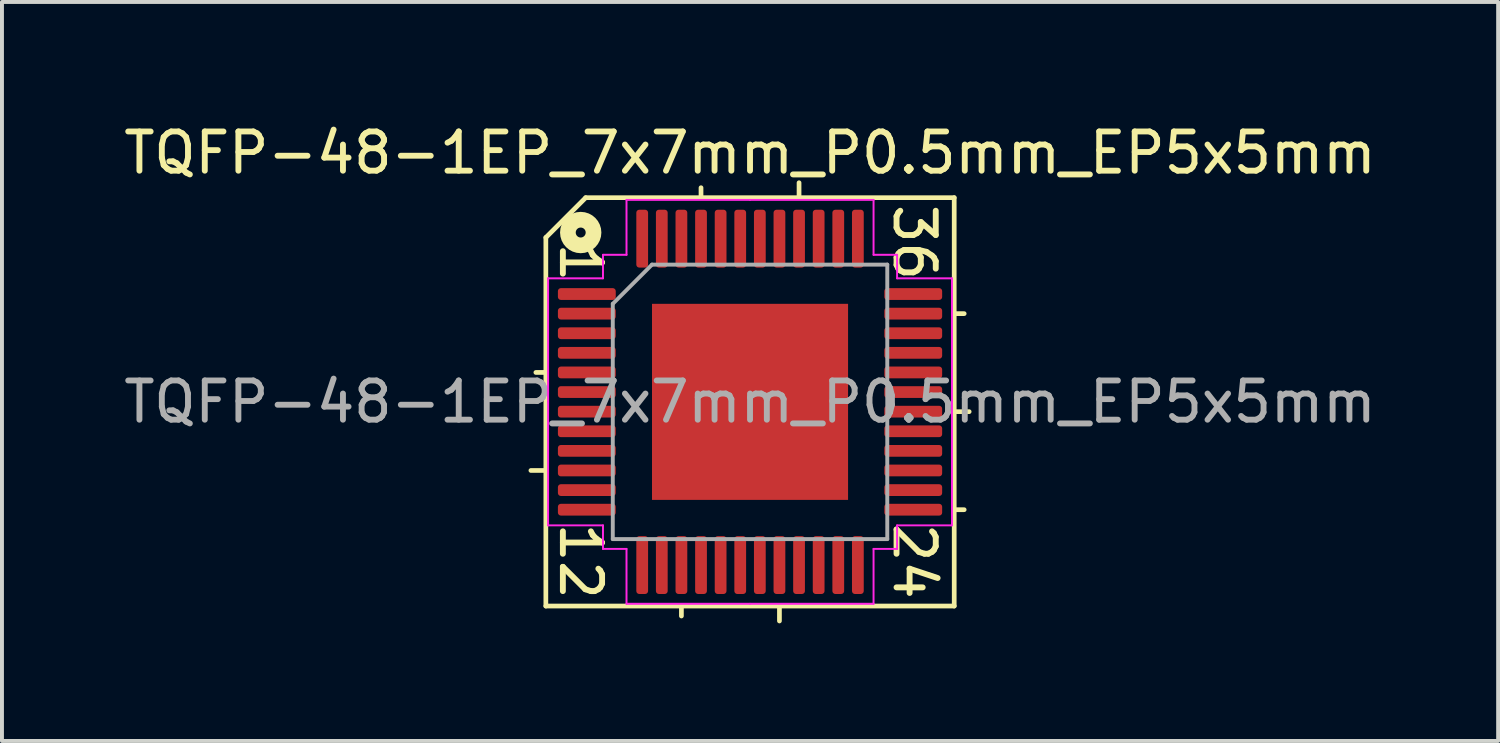
<source format=kicad_pcb>
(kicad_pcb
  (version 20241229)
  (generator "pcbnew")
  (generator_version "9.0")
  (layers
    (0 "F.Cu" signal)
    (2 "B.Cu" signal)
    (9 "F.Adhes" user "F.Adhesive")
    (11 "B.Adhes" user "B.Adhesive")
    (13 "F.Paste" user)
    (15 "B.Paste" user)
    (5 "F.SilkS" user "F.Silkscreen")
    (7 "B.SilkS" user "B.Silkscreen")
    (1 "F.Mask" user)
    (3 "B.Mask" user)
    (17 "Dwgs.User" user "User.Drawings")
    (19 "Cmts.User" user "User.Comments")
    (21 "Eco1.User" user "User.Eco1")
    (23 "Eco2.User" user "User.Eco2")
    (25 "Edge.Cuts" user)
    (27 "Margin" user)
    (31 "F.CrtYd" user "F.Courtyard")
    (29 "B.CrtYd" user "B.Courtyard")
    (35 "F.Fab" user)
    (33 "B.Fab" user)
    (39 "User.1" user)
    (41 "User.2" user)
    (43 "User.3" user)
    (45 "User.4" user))
  (footprint "TQFP-48-1EP_7x7mm_P0.5mm_EP5x5mm"
    (layer "F.Cu")
    (at 16.077 7.198)
    (property "Reference" "TQFP-48-1EP_7x7mm_P0.5mm_EP5x5mm" (at 0 -6.35 0) (layer "F.SilkS") (effects (font (size 1 1) (thickness 0.15))))
    (attr smd)
    (fp_line (start -5.207 -4.191) (end -5.207 5.207) (stroke (width 0.12) (type solid)) (layer "F.SilkS"))
    (fp_line (start -5.207 -0.75) (end -5.461 -0.75) (stroke (width 0.12) (type solid)) (layer "F.SilkS"))
    (fp_line (start -5.207 1.75) (end -5.588 1.75) (stroke (width 0.12) (type solid)) (layer "F.SilkS"))
    (fp_line (start -5.207 5.207) (end 5.207 5.207) (stroke (width 0.12) (type solid)) (layer "F.SilkS"))
    (fp_line (start -4.191 -5.207) (end -5.207 -4.191) (stroke (width 0.12) (type solid)) (layer "F.SilkS"))
    (fp_line (start -1.75 5.207) (end -1.75 5.461) (stroke (width 0.12) (type solid)) (layer "F.SilkS"))
    (fp_line (start -1.25 -5.207) (end -1.25 -5.461) (stroke (width 0.12) (type solid)) (layer "F.SilkS"))
    (fp_line (start 0.75 5.207) (end 0.75 5.588) (stroke (width 0.12) (type solid)) (layer "F.SilkS"))
    (fp_line (start 1.25 -5.207) (end 1.25 -5.588) (stroke (width 0.12) (type solid)) (layer "F.SilkS"))
    (fp_line (start 5.207 -5.207) (end -4.191 -5.207) (stroke (width 0.12) (type solid)) (layer "F.SilkS"))
    (fp_line (start 5.207 -2.25) (end 5.461 -2.25) (stroke (width 0.12) (type solid)) (layer "F.SilkS"))
    (fp_line (start 5.207 0.25) (end 5.588 0.25) (stroke (width 0.12) (type solid)) (layer "F.SilkS"))
    (fp_line (start 5.207 2.75) (end 5.461 2.75) (stroke (width 0.12) (type solid)) (layer "F.SilkS"))
    (fp_line (start 5.207 5.207) (end 5.207 -5.207) (stroke (width 0.12) (type solid)) (layer "F.SilkS"))
    (fp_circle (center -4.318 -4.318) (end -4.191 -4.318) (stroke (width 0.4) (type solid)) (fill no) (layer "F.SilkS"))
    (fp_line (start -5.15 -3.15) (end -5.15 0) (stroke (width 0.05) (type solid)) (layer "F.CrtYd"))
    (fp_line (start -5.15 3.15) (end -5.15 0) (stroke (width 0.05) (type solid)) (layer "F.CrtYd"))
    (fp_line (start -3.75 -3.75) (end -3.75 -3.15) (stroke (width 0.05) (type solid)) (layer "F.CrtYd"))
    (fp_line (start -3.75 -3.15) (end -5.15 -3.15) (stroke (width 0.05) (type solid)) (layer "F.CrtYd"))
    (fp_line (start -3.75 3.15) (end -5.15 3.15) (stroke (width 0.05) (type solid)) (layer "F.CrtYd"))
    (fp_line (start -3.75 3.75) (end -3.75 3.15) (stroke (width 0.05) (type solid)) (layer "F.CrtYd"))
    (fp_line (start -3.15 -5.15) (end -3.15 -3.75) (stroke (width 0.05) (type solid)) (layer "F.CrtYd"))
    (fp_line (start -3.15 -3.75) (end -3.75 -3.75) (stroke (width 0.05) (type solid)) (layer "F.CrtYd"))
    (fp_line (start -3.15 3.75) (end -3.75 3.75) (stroke (width 0.05) (type solid)) (layer "F.CrtYd"))
    (fp_line (start -3.15 5.15) (end -3.15 3.75) (stroke (width 0.05) (type solid)) (layer "F.CrtYd"))
    (fp_line (start 0 -5.15) (end -3.15 -5.15) (stroke (width 0.05) (type solid)) (layer "F.CrtYd"))
    (fp_line (start 0 -5.15) (end 3.15 -5.15) (stroke (width 0.05) (type solid)) (layer "F.CrtYd"))
    (fp_line (start 0 5.15) (end -3.15 5.15) (stroke (width 0.05) (type solid)) (layer "F.CrtYd"))
    (fp_line (start 0 5.15) (end 3.15 5.15) (stroke (width 0.05) (type solid)) (layer "F.CrtYd"))
    (fp_line (start 3.15 -5.15) (end 3.15 -3.75) (stroke (width 0.05) (type solid)) (layer "F.CrtYd"))
    (fp_line (start 3.15 -3.75) (end 3.75 -3.75) (stroke (width 0.05) (type solid)) (layer "F.CrtYd"))
    (fp_line (start 3.15 3.75) (end 3.75 3.75) (stroke (width 0.05) (type solid)) (layer "F.CrtYd"))
    (fp_line (start 3.15 5.15) (end 3.15 3.75) (stroke (width 0.05) (type solid)) (layer "F.CrtYd"))
    (fp_line (start 3.75 -3.75) (end 3.75 -3.15) (stroke (width 0.05) (type solid)) (layer "F.CrtYd"))
    (fp_line (start 3.75 -3.15) (end 5.15 -3.15) (stroke (width 0.05) (type solid)) (layer "F.CrtYd"))
    (fp_line (start 3.75 3.15) (end 5.15 3.15) (stroke (width 0.05) (type solid)) (layer "F.CrtYd"))
    (fp_line (start 3.75 3.75) (end 3.75 3.15) (stroke (width 0.05) (type solid)) (layer "F.CrtYd"))
    (fp_line (start 5.15 -3.15) (end 5.15 0) (stroke (width 0.05) (type solid)) (layer "F.CrtYd"))
    (fp_line (start 5.15 3.15) (end 5.15 0) (stroke (width 0.05) (type solid)) (layer "F.CrtYd"))
    (fp_line (start -3.5 -2.5) (end -2.5 -3.5) (stroke (width 0.1) (type solid)) (layer "F.Fab"))
    (fp_line (start -3.5 3.5) (end -3.5 -2.5) (stroke (width 0.1) (type solid)) (layer "F.Fab"))
    (fp_line (start -2.5 -3.5) (end 3.5 -3.5) (stroke (width 0.1) (type solid)) (layer "F.Fab"))
    (fp_line (start 3.5 -3.5) (end 3.5 3.5) (stroke (width 0.1) (type solid)) (layer "F.Fab"))
    (fp_line (start 3.5 3.5) (end -3.5 3.5) (stroke (width 0.1) (type solid)) (layer "F.Fab"))
    (fp_text user "1" (at -4.318 -3.556 270) (unlocked yes) (layer "F.SilkS") (effects (font (size 1 1) (thickness 0.15))))
    (fp_text user "24" (at 4.191 4.064 270) (unlocked yes) (layer "F.SilkS") (effects (font (size 1 1) (thickness 0.15))))
    (fp_text user "36" (at 4.191 -4.064 270) (unlocked yes) (layer "F.SilkS") (effects (font (size 1 1) (thickness 0.15))))
    (fp_text user "12" (at -4.318 4.064 270) (unlocked yes) (layer "F.SilkS") (effects (font (size 1 1) (thickness 0.15))))
    (fp_text user "${REFERENCE}" (at 0 0 0) (layer "F.Fab") (effects (font (size 1 1) (thickness 0.15))))
    (pad "" smd roundrect (at -1.875 -1.875) (size 1.01 1.01) (layers "F.Paste") (roundrect_rratio 0.248))
    (pad "" smd roundrect (at -1.875 -0.625) (size 1.01 1.01) (layers "F.Paste") (roundrect_rratio 0.248))
    (pad "" smd roundrect (at -1.875 0.625) (size 1.01 1.01) (layers "F.Paste") (roundrect_rratio 0.248))
    (pad "" smd roundrect (at -1.875 1.875) (size 1.01 1.01) (layers "F.Paste") (roundrect_rratio 0.248))
    (pad "" smd roundrect (at -0.625 -1.875) (size 1.01 1.01) (layers "F.Paste") (roundrect_rratio 0.248))
    (pad "" smd roundrect (at -0.625 -0.625) (size 1.01 1.01) (layers "F.Paste") (roundrect_rratio 0.248))
    (pad "" smd roundrect (at -0.625 0.625) (size 1.01 1.01) (layers "F.Paste") (roundrect_rratio 0.248))
    (pad "" smd roundrect (at -0.625 1.875) (size 1.01 1.01) (layers "F.Paste") (roundrect_rratio 0.248))
    (pad "" smd roundrect (at 0.625 -1.875) (size 1.01 1.01) (layers "F.Paste") (roundrect_rratio 0.248))
    (pad "" smd roundrect (at 0.625 -0.625) (size 1.01 1.01) (layers "F.Paste") (roundrect_rratio 0.248))
    (pad "" smd roundrect (at 0.625 0.625) (size 1.01 1.01) (layers "F.Paste") (roundrect_rratio 0.248))
    (pad "" smd roundrect (at 0.625 1.875) (size 1.01 1.01) (layers "F.Paste") (roundrect_rratio 0.248))
    (pad "" smd roundrect (at 1.875 -1.875) (size 1.01 1.01) (layers "F.Paste") (roundrect_rratio 0.248))
    (pad "" smd roundrect (at 1.875 -0.625) (size 1.01 1.01) (layers "F.Paste") (roundrect_rratio 0.248))
    (pad "" smd roundrect (at 1.875 0.625) (size 1.01 1.01) (layers "F.Paste") (roundrect_rratio 0.248))
    (pad "" smd roundrect (at 1.875 1.875) (size 1.01 1.01) (layers "F.Paste") (roundrect_rratio 0.248))
    (pad "1" smd roundrect (at -4.162 -2.75) (size 1.475 0.3) (layers "F.Cu" "F.Mask" "F.Paste") (roundrect_rratio 0.25))
    (pad "2" smd roundrect (at -4.162 -2.25) (size 1.475 0.3) (layers "F.Cu" "F.Mask" "F.Paste") (roundrect_rratio 0.25))
    (pad "3" smd roundrect (at -4.162 -1.75) (size 1.475 0.3) (layers "F.Cu" "F.Mask" "F.Paste") (roundrect_rratio 0.25))
    (pad "4" smd roundrect (at -4.162 -1.25) (size 1.475 0.3) (layers "F.Cu" "F.Mask" "F.Paste") (roundrect_rratio 0.25))
    (pad "5" smd roundrect (at -4.162 -0.75) (size 1.475 0.3) (layers "F.Cu" "F.Mask" "F.Paste") (roundrect_rratio 0.25))
    (pad "6" smd roundrect (at -4.162 -0.25) (size 1.475 0.3) (layers "F.Cu" "F.Mask" "F.Paste") (roundrect_rratio 0.25))
    (pad "7" smd roundrect (at -4.162 0.25) (size 1.475 0.3) (layers "F.Cu" "F.Mask" "F.Paste") (roundrect_rratio 0.25))
    (pad "8" smd roundrect (at -4.162 0.75) (size 1.475 0.3) (layers "F.Cu" "F.Mask" "F.Paste") (roundrect_rratio 0.25))
    (pad "9" smd roundrect (at -4.162 1.25) (size 1.475 0.3) (layers "F.Cu" "F.Mask" "F.Paste") (roundrect_rratio 0.25))
    (pad "10" smd roundrect (at -4.162 1.75) (size 1.475 0.3) (layers "F.Cu" "F.Mask" "F.Paste") (roundrect_rratio 0.25))
    (pad "11" smd roundrect (at -4.162 2.25) (size 1.475 0.3) (layers "F.Cu" "F.Mask" "F.Paste") (roundrect_rratio 0.25))
    (pad "12" smd roundrect (at -4.162 2.75) (size 1.475 0.3) (layers "F.Cu" "F.Mask" "F.Paste") (roundrect_rratio 0.25))
    (pad "13" smd roundrect (at -2.75 4.162) (size 0.3 1.475) (layers "F.Cu" "F.Mask" "F.Paste") (roundrect_rratio 0.25))
    (pad "14" smd roundrect (at -2.25 4.162) (size 0.3 1.475) (layers "F.Cu" "F.Mask" "F.Paste") (roundrect_rratio 0.25))
    (pad "15" smd roundrect (at -1.75 4.162) (size 0.3 1.475) (layers "F.Cu" "F.Mask" "F.Paste") (roundrect_rratio 0.25))
    (pad "16" smd roundrect (at -1.25 4.162) (size 0.3 1.475) (layers "F.Cu" "F.Mask" "F.Paste") (roundrect_rratio 0.25))
    (pad "17" smd roundrect (at -0.75 4.162) (size 0.3 1.475) (layers "F.Cu" "F.Mask" "F.Paste") (roundrect_rratio 0.25))
    (pad "18" smd roundrect (at -0.25 4.162) (size 0.3 1.475) (layers "F.Cu" "F.Mask" "F.Paste") (roundrect_rratio 0.25))
    (pad "19" smd roundrect (at 0.25 4.162) (size 0.3 1.475) (layers "F.Cu" "F.Mask" "F.Paste") (roundrect_rratio 0.25))
    (pad "20" smd roundrect (at 0.75 4.162) (size 0.3 1.475) (layers "F.Cu" "F.Mask" "F.Paste") (roundrect_rratio 0.25))
    (pad "21" smd roundrect (at 1.25 4.162) (size 0.3 1.475) (layers "F.Cu" "F.Mask" "F.Paste") (roundrect_rratio 0.25))
    (pad "22" smd roundrect (at 1.75 4.162) (size 0.3 1.475) (layers "F.Cu" "F.Mask" "F.Paste") (roundrect_rratio 0.25))
    (pad "23" smd roundrect (at 2.25 4.162) (size 0.3 1.475) (layers "F.Cu" "F.Mask" "F.Paste") (roundrect_rratio 0.25))
    (pad "24" smd roundrect (at 2.75 4.162) (size 0.3 1.475) (layers "F.Cu" "F.Mask" "F.Paste") (roundrect_rratio 0.25))
    (pad "25" smd roundrect (at 4.162 2.75) (size 1.475 0.3) (layers "F.Cu" "F.Mask" "F.Paste") (roundrect_rratio 0.25))
    (pad "26" smd roundrect (at 4.162 2.25) (size 1.475 0.3) (layers "F.Cu" "F.Mask" "F.Paste") (roundrect_rratio 0.25))
    (pad "27" smd roundrect (at 4.162 1.75) (size 1.475 0.3) (layers "F.Cu" "F.Mask" "F.Paste") (roundrect_rratio 0.25))
    (pad "28" smd roundrect (at 4.162 1.25) (size 1.475 0.3) (layers "F.Cu" "F.Mask" "F.Paste") (roundrect_rratio 0.25))
    (pad "29" smd roundrect (at 4.162 0.75) (size 1.475 0.3) (layers "F.Cu" "F.Mask" "F.Paste") (roundrect_rratio 0.25))
    (pad "30" smd roundrect (at 4.162 0.25) (size 1.475 0.3) (layers "F.Cu" "F.Mask" "F.Paste") (roundrect_rratio 0.25))
    (pad "31" smd roundrect (at 4.162 -0.25) (size 1.475 0.3) (layers "F.Cu" "F.Mask" "F.Paste") (roundrect_rratio 0.25))
    (pad "32" smd roundrect (at 4.162 -0.75) (size 1.475 0.3) (layers "F.Cu" "F.Mask" "F.Paste") (roundrect_rratio 0.25))
    (pad "33" smd roundrect (at 4.162 -1.25) (size 1.475 0.3) (layers "F.Cu" "F.Mask" "F.Paste") (roundrect_rratio 0.25))
    (pad "34" smd roundrect (at 4.162 -1.75) (size 1.475 0.3) (layers "F.Cu" "F.Mask" "F.Paste") (roundrect_rratio 0.25))
    (pad "35" smd roundrect (at 4.162 -2.25) (size 1.475 0.3) (layers "F.Cu" "F.Mask" "F.Paste") (roundrect_rratio 0.25))
    (pad "36" smd roundrect (at 4.162 -2.75) (size 1.475 0.3) (layers "F.Cu" "F.Mask" "F.Paste") (roundrect_rratio 0.25))
    (pad "37" smd roundrect (at 2.75 -4.162) (size 0.3 1.475) (layers "F.Cu" "F.Mask" "F.Paste") (roundrect_rratio 0.25))
    (pad "38" smd roundrect (at 2.25 -4.162) (size 0.3 1.475) (layers "F.Cu" "F.Mask" "F.Paste") (roundrect_rratio 0.25))
    (pad "39" smd roundrect (at 1.75 -4.162) (size 0.3 1.475) (layers "F.Cu" "F.Mask" "F.Paste") (roundrect_rratio 0.25))
    (pad "40" smd roundrect (at 1.25 -4.162) (size 0.3 1.475) (layers "F.Cu" "F.Mask" "F.Paste") (roundrect_rratio 0.25))
    (pad "41" smd roundrect (at 0.75 -4.162) (size 0.3 1.475) (layers "F.Cu" "F.Mask" "F.Paste") (roundrect_rratio 0.25))
    (pad "42" smd roundrect (at 0.25 -4.162) (size 0.3 1.475) (layers "F.Cu" "F.Mask" "F.Paste") (roundrect_rratio 0.25))
    (pad "43" smd roundrect (at -0.25 -4.162) (size 0.3 1.475) (layers "F.Cu" "F.Mask" "F.Paste") (roundrect_rratio 0.25))
    (pad "44" smd roundrect (at -0.75 -4.162) (size 0.3 1.475) (layers "F.Cu" "F.Mask" "F.Paste") (roundrect_rratio 0.25))
    (pad "45" smd roundrect (at -1.25 -4.162) (size 0.3 1.475) (layers "F.Cu" "F.Mask" "F.Paste") (roundrect_rratio 0.25))
    (pad "46" smd roundrect (at -1.75 -4.162) (size 0.3 1.475) (layers "F.Cu" "F.Mask" "F.Paste") (roundrect_rratio 0.25))
    (pad "47" smd roundrect (at -2.25 -4.162) (size 0.3 1.475) (layers "F.Cu" "F.Mask" "F.Paste") (roundrect_rratio 0.25))
    (pad "48" smd roundrect (at -2.75 -4.162) (size 0.3 1.475) (layers "F.Cu" "F.Mask" "F.Paste") (roundrect_rratio 0.25))
    (pad "49" smd rect (at 0 0) (size 5 5) (layers "F.Cu" "F.Mask")))
  (gr_rect
    (start -3 -3)
    (end 35.155 15.846)
    (stroke (width 0.1) (type default))
    (fill no)
    (layer "Edge.Cuts")))
</source>
